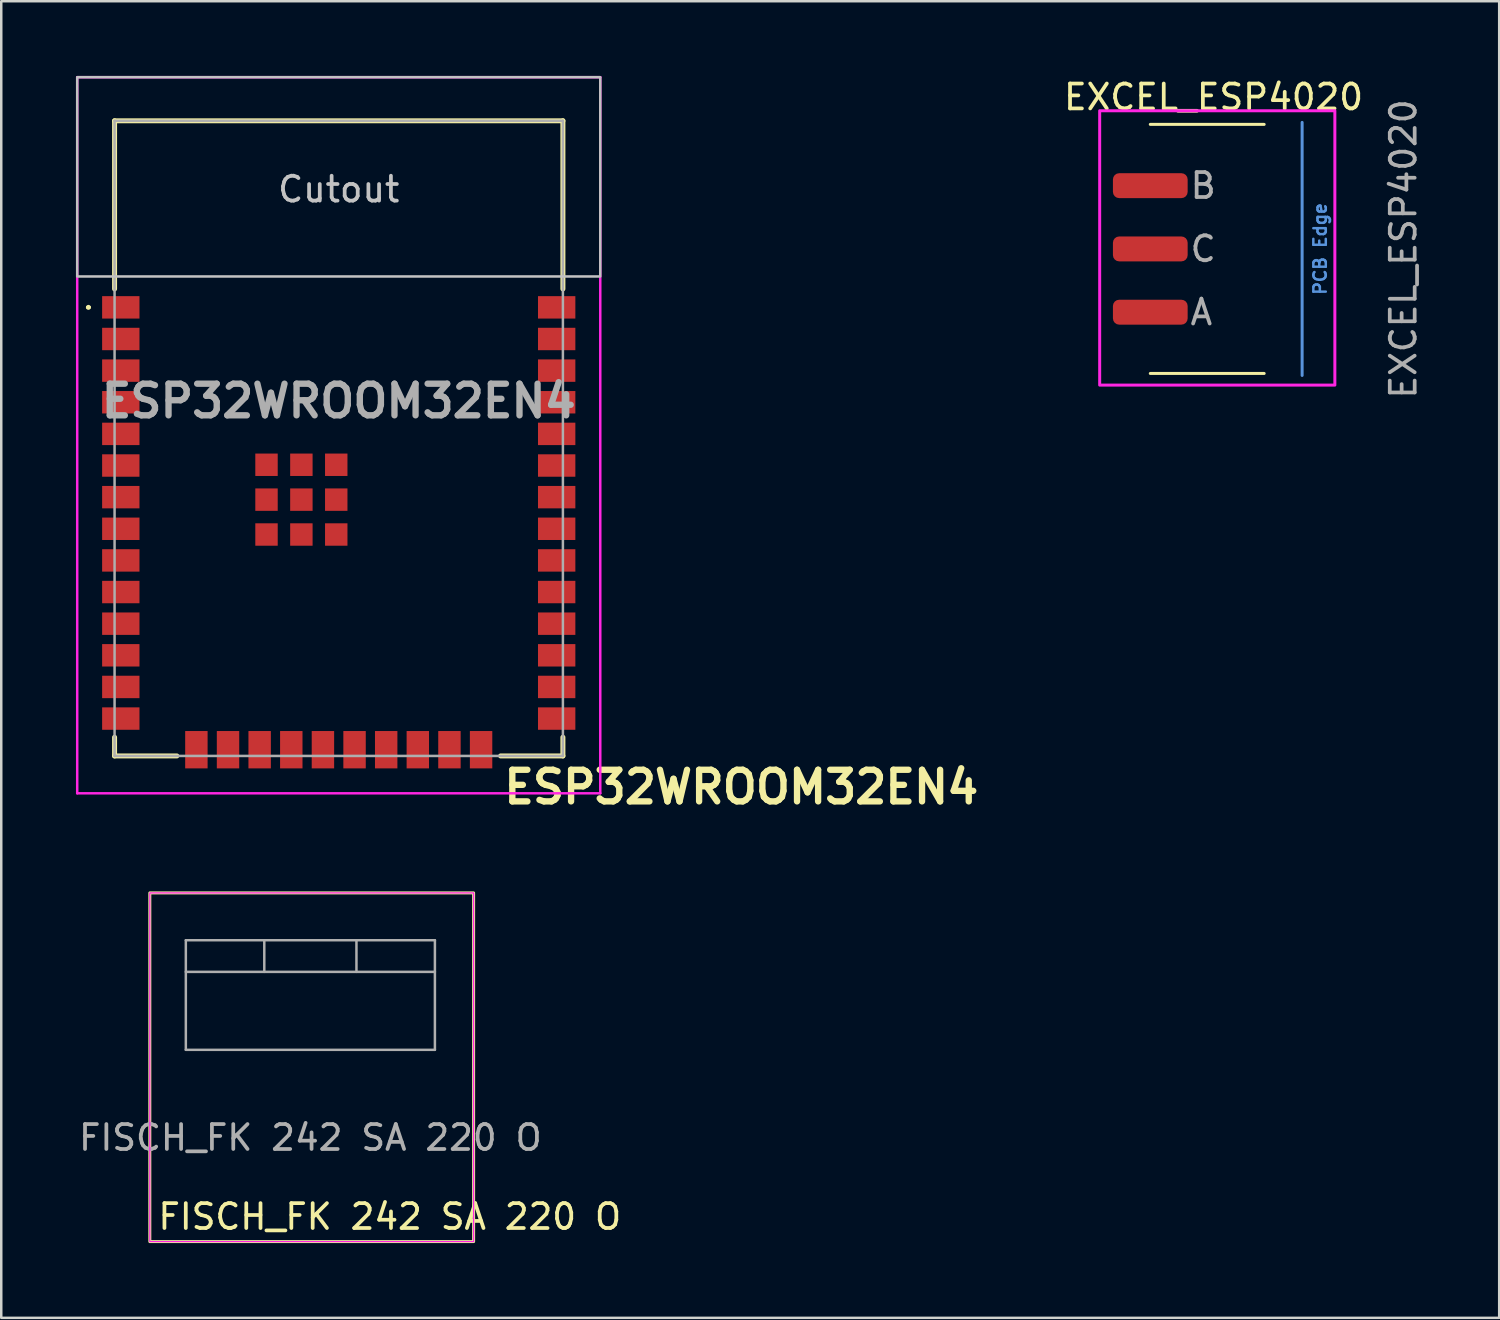
<source format=kicad_pcb>
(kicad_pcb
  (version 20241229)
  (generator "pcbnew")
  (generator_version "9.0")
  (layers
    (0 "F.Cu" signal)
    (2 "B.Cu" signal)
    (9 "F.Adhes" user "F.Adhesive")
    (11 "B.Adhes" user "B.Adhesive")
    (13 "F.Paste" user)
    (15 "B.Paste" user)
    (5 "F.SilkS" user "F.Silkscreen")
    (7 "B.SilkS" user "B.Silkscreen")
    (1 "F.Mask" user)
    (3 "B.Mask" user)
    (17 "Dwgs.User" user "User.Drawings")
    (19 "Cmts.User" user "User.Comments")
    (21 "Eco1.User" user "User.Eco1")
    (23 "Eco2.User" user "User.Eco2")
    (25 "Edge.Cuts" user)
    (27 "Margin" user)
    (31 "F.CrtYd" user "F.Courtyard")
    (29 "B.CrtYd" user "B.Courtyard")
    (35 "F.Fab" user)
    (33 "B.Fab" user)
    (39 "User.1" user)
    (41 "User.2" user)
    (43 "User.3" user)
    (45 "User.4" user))
  (footprint "EXCEL_ESP4020"
    (layer "F.Cu")
    (at 43.133 4.404)
    (property "Reference" "EXCEL_ESP4020" (at 2.54 -3.556 0) (unlocked yes) (layer "F.SilkS") (effects (font (size 1 1) (thickness 0.15))))
    (attr smd)
    (fp_line (start 0 -2.46) (end 4.572 -2.46) (stroke (width 0.12) (type default)) (layer "F.SilkS"))
    (fp_line (start 0 7.54) (end 4.572 7.54) (stroke (width 0.12) (type default)) (layer "F.SilkS"))
    (fp_line (start 6.096 -2.54) (end 6.096 7.62) (stroke (width 0.12) (type default)) (layer "Cmts.User"))
    (fp_rect (start -2.032 -3.008) (end 7.41 8.008) (stroke (width 0.12) (type default)) (fill no) (layer "F.CrtYd"))
    (fp_text user "PCB Edge" (at 7.112 2.54 90) (unlocked yes) (layer "Cmts.User") (effects (font (size 0.5 0.5) (thickness 0.1) (bold yes)) (justify bottom)))
    (fp_text user "C" (at 1.524 2.54 0) (unlocked yes) (layer "F.Fab") (effects (font (size 1 1) (thickness 0.15)) (justify left)))
    (fp_text user "A" (at 1.524 5.08 0) (unlocked yes) (layer "F.Fab") (effects (font (size 1 1) (thickness 0.15)) (justify left)))
    (fp_text user "B" (at 1.524 0 0) (unlocked yes) (layer "F.Fab") (effects (font (size 1 1) (thickness 0.15)) (justify left)))
    (fp_text user "${REFERENCE}" (at 10.16 2.54 90) (unlocked yes) (layer "F.Fab") (effects (font (size 1 1) (thickness 0.15))))
    (pad "1" smd roundrect (at 0 0) (size 3 1) (layers "F.Cu" "F.Mask" "F.Paste") (roundrect_rratio 0.25))
    (pad "2" smd roundrect (at 0 2.54) (size 3 1) (layers "F.Cu" "F.Mask" "F.Paste") (roundrect_rratio 0.25))
    (pad "3" smd roundrect (at 0 5.08) (size 3 1) (layers "F.Cu" "F.Mask" "F.Paste") (roundrect_rratio 0.25)))
  (footprint "FISCH_FK 242 SA 220 O"
    (layer "F.Cu")
    (at 9.465 37.799)
    (property "Reference" "FISCH_FK 242 SA 220 O" (at -6.25 8 180) (layer "F.SilkS") (effects (font (size 1 1) (thickness 0.15)) (justify left)))
    (attr through_hole)
    (fp_rect (start -6.5 -5) (end 6.5 9) (stroke (width 0.12) (type default)) (fill no) (layer "F.SilkS"))
    (fp_rect (start -6.5 -5) (end 6.5 9) (stroke (width 0.05) (type default)) (fill no) (layer "F.CrtYd"))
    (fp_line (start -5.054 -3.1) (end -5.054 1.3) (stroke (width 0.1) (type solid)) (layer "F.Fab"))
    (fp_line (start -5.054 -1.83) (end 4.946 -1.83) (stroke (width 0.1) (type solid)) (layer "F.Fab"))
    (fp_line (start -5.054 1.3) (end 4.946 1.3) (stroke (width 0.1) (type solid)) (layer "F.Fab"))
    (fp_line (start -1.904 -3.1) (end -1.904 -1.83) (stroke (width 0.1) (type solid)) (layer "F.Fab"))
    (fp_line (start 1.796 -3.1) (end 1.796 -1.83) (stroke (width 0.1) (type solid)) (layer "F.Fab"))
    (fp_line (start 4.946 -3.1) (end -5.054 -3.1) (stroke (width 0.1) (type solid)) (layer "F.Fab"))
    (fp_line (start 4.946 1.3) (end 4.946 -3.1) (stroke (width 0.1) (type solid)) (layer "F.Fab"))
    (fp_text user "${REFERENCE}" (at -0.054 4.826 0) (layer "F.Fab") (effects (font (size 1 1) (thickness 0.15)))))
  (footprint "ESP32WROOM32EN4"
    (layer "F.Cu")
    (at 10.55 14.55)
    (property "Reference" "ESP32WROOM32EN4" (at 6.5 14 0) (layer "F.SilkS") (effects (font (size 1.27 1.27) (thickness 0.254)) (justify left)))
    (attr smd)
    (fp_line (start -10.1 -5.26) (end -10.1 -5.26) (stroke (width 0.1) (type solid)) (layer "F.SilkS"))
    (fp_line (start -10 -5.26) (end -10 -5.26) (stroke (width 0.1) (type solid)) (layer "F.SilkS"))
    (fp_line (start -9 -12.75) (end 9 -12.75) (stroke (width 0.2) (type solid)) (layer "F.SilkS"))
    (fp_line (start -9 -6) (end -9 -12.75) (stroke (width 0.2) (type solid)) (layer "F.SilkS"))
    (fp_line (start -9 12.75) (end -9 12) (stroke (width 0.2) (type solid)) (layer "F.SilkS"))
    (fp_line (start -6.5 12.75) (end -9 12.75) (stroke (width 0.2) (type solid)) (layer "F.SilkS"))
    (fp_line (start 9 -12.75) (end 9 -6) (stroke (width 0.2) (type solid)) (layer "F.SilkS"))
    (fp_line (start 9 12) (end 9 12.75) (stroke (width 0.2) (type solid)) (layer "F.SilkS"))
    (fp_line (start 9 12.75) (end 6.5 12.75) (stroke (width 0.2) (type solid)) (layer "F.SilkS"))
    (fp_arc (start -10.1 -5.26) (mid -10.05 -5.31) (end -10 -5.26) (stroke (width 0.1) (type solid)) (layer "F.SilkS"))
    (fp_arc (start -10 -5.26) (mid -10.05 -5.21) (end -10.1 -5.26) (stroke (width 0.1) (type solid)) (layer "F.SilkS"))
    (fp_rect (start -10.5 -14.5) (end 10.5 -6.5) (stroke (width 0.1) (type default)) (fill no) (layer "Dwgs.User"))
    (fp_line (start -10.5 -14.5) (end 10.5 -14.5) (stroke (width 0.1) (type solid)) (layer "F.CrtYd"))
    (fp_line (start -10.5 14.25) (end -10.5 -14.5) (stroke (width 0.1) (type solid)) (layer "F.CrtYd"))
    (fp_line (start 10.5 -14.5) (end 10.5 14.25) (stroke (width 0.1) (type solid)) (layer "F.CrtYd"))
    (fp_line (start 10.5 14.25) (end -10.5 14.25) (stroke (width 0.1) (type solid)) (layer "F.CrtYd"))
    (fp_line (start -9 -12.75) (end -9 12.75) (stroke (width 0.1) (type solid)) (layer "F.Fab"))
    (fp_line (start -9 12.75) (end 9 12.75) (stroke (width 0.1) (type solid)) (layer "F.Fab"))
    (fp_line (start 9 -12.75) (end -9 -12.75) (stroke (width 0.1) (type solid)) (layer "F.Fab"))
    (fp_line (start 9 12.75) (end 9 -12.75) (stroke (width 0.1) (type solid)) (layer "F.Fab"))
    (fp_text user "Cutout" (at 0 -10 0) (unlocked yes) (layer "Dwgs.User") (effects (font (size 1 1) (thickness 0.15))))
    (fp_text user "${REFERENCE}" (at 0 -1.5 0) (layer "F.Fab") (effects (font (size 1.27 1.27) (thickness 0.254))))
    (pad "1" smd rect (at -8.75 -5.26 90) (size 0.9 1.5) (layers "F.Cu" "F.Mask" "F.Paste"))
    (pad "2" smd rect (at -8.75 -3.99 90) (size 0.9 1.5) (layers "F.Cu" "F.Mask" "F.Paste"))
    (pad "3" smd rect (at -8.75 -2.72 90) (size 0.9 1.5) (layers "F.Cu" "F.Mask" "F.Paste"))
    (pad "4" smd rect (at -8.75 -1.45 90) (size 0.9 1.5) (layers "F.Cu" "F.Mask" "F.Paste"))
    (pad "5" smd rect (at -8.75 -0.18 90) (size 0.9 1.5) (layers "F.Cu" "F.Mask" "F.Paste"))
    (pad "6" smd rect (at -8.75 1.09 90) (size 0.9 1.5) (layers "F.Cu" "F.Mask" "F.Paste"))
    (pad "7" smd rect (at -8.75 2.36 90) (size 0.9 1.5) (layers "F.Cu" "F.Mask" "F.Paste"))
    (pad "8" smd rect (at -8.75 3.63 90) (size 0.9 1.5) (layers "F.Cu" "F.Mask" "F.Paste"))
    (pad "9" smd rect (at -8.75 4.9 90) (size 0.9 1.5) (layers "F.Cu" "F.Mask" "F.Paste"))
    (pad "10" smd rect (at -8.75 6.17 90) (size 0.9 1.5) (layers "F.Cu" "F.Mask" "F.Paste"))
    (pad "11" smd rect (at -8.75 7.44 90) (size 0.9 1.5) (layers "F.Cu" "F.Mask" "F.Paste"))
    (pad "12" smd rect (at -8.75 8.71 90) (size 0.9 1.5) (layers "F.Cu" "F.Mask" "F.Paste"))
    (pad "13" smd rect (at -8.75 9.98 90) (size 0.9 1.5) (layers "F.Cu" "F.Mask" "F.Paste"))
    (pad "14" smd rect (at -8.75 11.25 90) (size 0.9 1.5) (layers "F.Cu" "F.Mask" "F.Paste"))
    (pad "15" smd rect (at -5.715 12.5) (size 0.9 1.5) (layers "F.Cu" "F.Mask" "F.Paste"))
    (pad "16" smd rect (at -4.445 12.5) (size 0.9 1.5) (layers "F.Cu" "F.Mask" "F.Paste"))
    (pad "17" smd rect (at -3.175 12.5) (size 0.9 1.5) (layers "F.Cu" "F.Mask" "F.Paste"))
    (pad "18" smd rect (at -1.905 12.5) (size 0.9 1.5) (layers "F.Cu" "F.Mask" "F.Paste"))
    (pad "19" smd rect (at -0.635 12.5) (size 0.9 1.5) (layers "F.Cu" "F.Mask" "F.Paste"))
    (pad "20" smd rect (at 0.635 12.5) (size 0.9 1.5) (layers "F.Cu" "F.Mask" "F.Paste"))
    (pad "21" smd rect (at 1.905 12.5) (size 0.9 1.5) (layers "F.Cu" "F.Mask" "F.Paste"))
    (pad "22" smd rect (at 3.175 12.5) (size 0.9 1.5) (layers "F.Cu" "F.Mask" "F.Paste"))
    (pad "23" smd rect (at 4.445 12.5) (size 0.9 1.5) (layers "F.Cu" "F.Mask" "F.Paste"))
    (pad "24" smd rect (at 5.715 12.5) (size 0.9 1.5) (layers "F.Cu" "F.Mask" "F.Paste"))
    (pad "25" smd rect (at 8.75 11.25 90) (size 0.9 1.5) (layers "F.Cu" "F.Mask" "F.Paste"))
    (pad "26" smd rect (at 8.75 9.98 90) (size 0.9 1.5) (layers "F.Cu" "F.Mask" "F.Paste"))
    (pad "27" smd rect (at 8.75 8.71 90) (size 0.9 1.5) (layers "F.Cu" "F.Mask" "F.Paste"))
    (pad "28" smd rect (at 8.75 7.44 90) (size 0.9 1.5) (layers "F.Cu" "F.Mask" "F.Paste"))
    (pad "29" smd rect (at 8.75 6.17 90) (size 0.9 1.5) (layers "F.Cu" "F.Mask" "F.Paste"))
    (pad "30" smd rect (at 8.75 4.9 90) (size 0.9 1.5) (layers "F.Cu" "F.Mask" "F.Paste"))
    (pad "31" smd rect (at 8.75 3.63 90) (size 0.9 1.5) (layers "F.Cu" "F.Mask" "F.Paste"))
    (pad "32" smd rect (at 8.75 2.36 90) (size 0.9 1.5) (layers "F.Cu" "F.Mask" "F.Paste"))
    (pad "33" smd rect (at 8.75 1.09 90) (size 0.9 1.5) (layers "F.Cu" "F.Mask" "F.Paste"))
    (pad "34" smd rect (at 8.75 -0.18 90) (size 0.9 1.5) (layers "F.Cu" "F.Mask" "F.Paste"))
    (pad "35" smd rect (at 8.75 -1.45 90) (size 0.9 1.5) (layers "F.Cu" "F.Mask" "F.Paste"))
    (pad "36" smd rect (at 8.75 -2.72 90) (size 0.9 1.5) (layers "F.Cu" "F.Mask" "F.Paste"))
    (pad "37" smd rect (at 8.75 -3.99 90) (size 0.9 1.5) (layers "F.Cu" "F.Mask" "F.Paste"))
    (pad "38" smd rect (at 8.75 -5.26 90) (size 0.9 1.5) (layers "F.Cu" "F.Mask" "F.Paste"))
    (pad "39" smd rect (at -2.9 1.06 90) (size 0.9 0.9) (layers "F.Cu" "F.Mask" "F.Paste"))
    (pad "40" smd rect (at -2.9 2.46 90) (size 0.9 0.9) (layers "F.Cu" "F.Mask" "F.Paste"))
    (pad "41" smd rect (at -2.9 3.86 90) (size 0.9 0.9) (layers "F.Cu" "F.Mask" "F.Paste"))
    (pad "42" smd rect (at -1.5 3.86 90) (size 0.9 0.9) (layers "F.Cu" "F.Mask" "F.Paste"))
    (pad "43" smd rect (at -0.1 3.86 90) (size 0.9 0.9) (layers "F.Cu" "F.Mask" "F.Paste"))
    (pad "44" smd rect (at -0.1 2.46 90) (size 0.9 0.9) (layers "F.Cu" "F.Mask" "F.Paste"))
    (pad "45" smd rect (at -0.1 1.06 90) (size 0.9 0.9) (layers "F.Cu" "F.Mask" "F.Paste"))
    (pad "46" smd rect (at -1.5 1.06 90) (size 0.9 0.9) (layers "F.Cu" "F.Mask" "F.Paste"))
    (pad "47" smd rect (at -1.5 2.46 90) (size 0.9 0.9) (layers "F.Cu" "F.Mask" "F.Paste")))
  (gr_rect
    (start -3 -3)
    (end 57.141 49.859)
    (stroke (width 0.1) (type default))
    (fill no)
    (layer "Edge.Cuts")))
</source>
